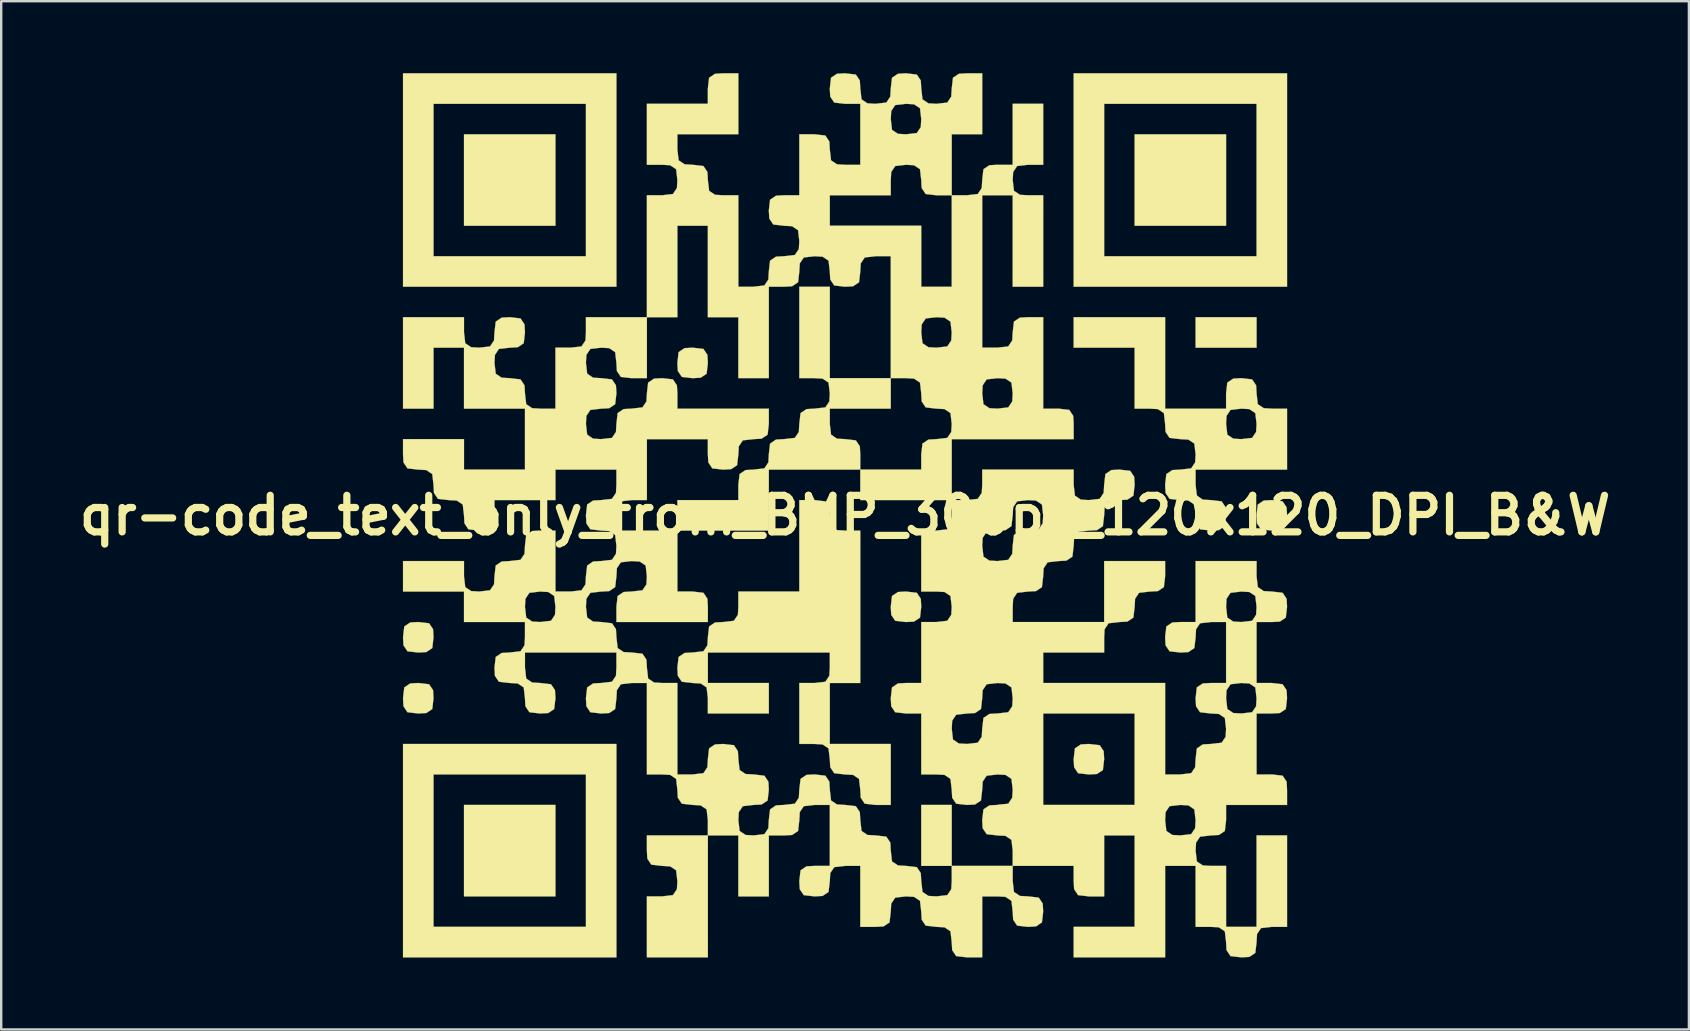
<source format=kicad_pcb>
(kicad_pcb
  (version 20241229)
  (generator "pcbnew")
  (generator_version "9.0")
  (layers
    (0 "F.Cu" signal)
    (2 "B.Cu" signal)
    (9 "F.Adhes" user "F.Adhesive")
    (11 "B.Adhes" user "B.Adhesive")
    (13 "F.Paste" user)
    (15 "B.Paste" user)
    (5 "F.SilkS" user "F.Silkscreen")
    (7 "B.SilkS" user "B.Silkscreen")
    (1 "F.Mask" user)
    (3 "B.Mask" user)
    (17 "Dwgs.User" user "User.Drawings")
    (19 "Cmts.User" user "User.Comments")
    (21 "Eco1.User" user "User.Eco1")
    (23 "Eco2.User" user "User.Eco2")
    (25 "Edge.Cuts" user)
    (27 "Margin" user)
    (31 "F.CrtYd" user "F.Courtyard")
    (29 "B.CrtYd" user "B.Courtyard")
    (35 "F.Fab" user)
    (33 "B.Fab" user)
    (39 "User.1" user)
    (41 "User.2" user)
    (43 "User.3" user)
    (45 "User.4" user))
  (footprint "qr-code_text_only_from_BMP_300px_120x120_DPI_B&W"
    (layer "F.Cu")
    (at 32.156 18.42)
    (property "Reference" "qr-code_text_only_from_BMP_300px_120x120_DPI_B&W" (at 0 0 0) (layer "F.SilkS") (effects (font (size 1.524 1.524) (thickness 0.3))))
    (attr through_hole)
    (fp_poly (pts (xy -12.065 -12.065) (xy -15.875 -12.065) (xy -15.875 -15.875) (xy -12.065 -15.875) (xy -12.065 -12.065)) (stroke (width 0.01) (type solid)) (fill yes) (layer "F.SilkS"))
    (fp_poly (pts (xy -12.065 15.875) (xy -15.875 15.875) (xy -15.875 12.065) (xy -12.065 12.065) (xy -12.065 15.875)) (stroke (width 0.01) (type solid)) (fill yes) (layer "F.SilkS"))
    (fp_poly (pts (xy 4.445 14.605) (xy 3.175 14.605) (xy 3.175 12.065) (xy 4.445 12.065) (xy 4.445 14.605)) (stroke (width 0.01) (type solid)) (fill yes) (layer "F.SilkS"))
    (fp_poly (pts (xy 15.875 -12.065) (xy 12.065 -12.065) (xy 12.065 -15.875) (xy 15.875 -15.875) (xy 15.875 -12.065)) (stroke (width 0.01) (type solid)) (fill yes) (layer "F.SilkS"))
    (fp_poly (pts (xy 17.145 -6.985) (xy 14.605 -6.985) (xy 14.605 -8.255) (xy 17.145 -8.255) (xy 17.145 -6.985)) (stroke (width 0.01) (type solid)) (fill yes) (layer "F.SilkS"))
    (fp_poly (pts (xy -9.525 -9.525) (xy -18.415 -9.525) (xy -18.415 -17.145) (xy -17.145 -17.145) (xy -17.145 -10.795) (xy -10.795 -10.795) (xy -10.795 -17.145) (xy -17.145 -17.145) (xy -18.415 -17.145) (xy -18.415 -18.415) (xy -9.525 -18.415) (xy -9.525 -9.525)) (stroke (width 0.01) (type solid)) (fill yes) (layer "F.SilkS"))
    (fp_poly (pts (xy -9.525 18.415) (xy -18.415 18.415) (xy -18.415 10.795) (xy -17.145 10.795) (xy -17.145 17.145) (xy -10.795 17.145) (xy -10.795 10.795) (xy -17.145 10.795) (xy -18.415 10.795) (xy -18.415 9.525) (xy -9.525 9.525) (xy -9.525 18.415)) (stroke (width 0.01) (type solid)) (fill yes) (layer "F.SilkS"))
    (fp_poly (pts (xy 18.415 -9.525) (xy 9.525 -9.525) (xy 9.525 -17.145) (xy 10.795 -17.145) (xy 10.795 -10.795) (xy 17.145 -10.795) (xy 17.145 -17.145) (xy 10.795 -17.145) (xy 9.525 -17.145) (xy 9.525 -18.415) (xy 18.415 -18.415) (xy 18.415 -9.525)) (stroke (width 0.01) (type solid)) (fill yes) (layer "F.SilkS"))
    (fp_poly (pts (xy -17.33 4.497) (xy -17.164 4.745) (xy -17.145 5.08) (xy -17.197 5.53) (xy -17.445 5.696) (xy -17.78 5.715) (xy -18.23 5.663) (xy -18.396 5.415) (xy -18.415 5.08) (xy -18.363 4.63) (xy -18.115 4.464) (xy -17.78 4.445) (xy -17.33 4.497)) (stroke (width 0.01) (type solid)) (fill yes) (layer "F.SilkS"))
    (fp_poly (pts (xy -17.33 7.037) (xy -17.164 7.285) (xy -17.145 7.62) (xy -17.197 8.07) (xy -17.445 8.236) (xy -17.78 8.255) (xy -18.23 8.203) (xy -18.396 7.955) (xy -18.415 7.62) (xy -18.363 7.17) (xy -18.115 7.004) (xy -17.78 6.985) (xy -17.33 7.037)) (stroke (width 0.01) (type solid)) (fill yes) (layer "F.SilkS"))
    (fp_poly (pts (xy -5.9 -6.933) (xy -5.734 -6.685) (xy -5.715 -6.35) (xy -5.767 -5.9) (xy -6.015 -5.734) (xy -6.35 -5.715) (xy -6.8 -5.767) (xy -6.966 -6.015) (xy -6.985 -6.35) (xy -6.933 -6.8) (xy -6.685 -6.966) (xy -6.35 -6.985) (xy -5.9 -6.933)) (stroke (width 0.01) (type solid)) (fill yes) (layer "F.SilkS"))
    (fp_poly (pts (xy 2.99 3.227) (xy 3.156 3.475) (xy 3.175 3.81) (xy 3.123 4.26) (xy 2.875 4.426) (xy 2.54 4.445) (xy 2.09 4.393) (xy 1.924 4.145) (xy 1.905 3.81) (xy 1.957 3.36) (xy 2.205 3.194) (xy 2.54 3.175) (xy 2.99 3.227)) (stroke (width 0.01) (type solid)) (fill yes) (layer "F.SilkS"))
    (fp_poly (pts (xy 10.61 9.577) (xy 10.776 9.825) (xy 10.795 10.16) (xy 10.743 10.61) (xy 10.495 10.776) (xy 10.16 10.795) (xy 9.71 10.743) (xy 9.544 10.495) (xy 9.525 10.16) (xy 9.577 9.71) (xy 9.825 9.544) (xy 10.16 9.525) (xy 10.61 9.577)) (stroke (width 0.01) (type solid)) (fill yes) (layer "F.SilkS"))
    (fp_poly (pts (xy 18.23 -0.583) (xy 18.396 -0.335) (xy 18.415 0) (xy 18.363 0.45) (xy 18.115 0.616) (xy 17.78 0.635) (xy 17.33 0.583) (xy 17.164 0.335) (xy 17.145 0) (xy 17.197 -0.45) (xy 17.445 -0.616) (xy 17.78 -0.635) (xy 18.23 -0.583)) (stroke (width 0.01) (type solid)) (fill yes) (layer "F.SilkS"))
    (fp_poly (pts (xy -5.715 18.415) (xy -8.255 18.415) (xy -8.255 15.875) (xy -7.62 15.875) (xy -7.17 15.823) (xy -7.004 15.575) (xy -6.985 15.24) (xy -7.037 14.79) (xy -7.285 14.624) (xy -7.62 14.605) (xy -8.07 14.553) (xy -8.236 14.305) (xy -8.255 13.97) (xy -8.255 13.335) (xy -5.715 13.335) (xy -5.715 18.415)) (stroke (width 0.01) (type solid)) (fill yes) (layer "F.SilkS"))
    (fp_poly (pts (xy -0.635 -5.715) (xy 1.905 -5.715) (xy 1.905 -4.445) (xy -0.635 -4.445) (xy -0.635 -3.81) (xy -0.583 -3.36) (xy -0.335 -3.194) (xy 0 -3.175) (xy 0.45 -3.123) (xy 0.616 -2.875) (xy 0.635 -2.54) (xy 0.635 -1.905) (xy -3.175 -1.905) (xy -3.175 0.635) (xy -6.985 0.635) (xy -6.985 -0.635) (xy -4.445 -0.635) (xy -4.445 -1.27) (xy -4.393 -1.72) (xy -4.145 -1.886) (xy -3.81 -1.905) (xy -3.36 -1.957) (xy -3.194 -2.205) (xy -3.175 -2.54) (xy -3.123 -2.99) (xy -2.875 -3.156) (xy -2.54 -3.175) (xy -2.09 -3.227) (xy -1.924 -3.475) (xy -1.905 -3.81) (xy -1.853 -4.26) (xy -1.605 -4.426) (xy -1.27 -4.445) (xy -0.82 -4.497) (xy -0.654 -4.745) (xy -0.635 -5.08) (xy -0.687 -5.53) (xy -0.935 -5.696) (xy -1.27 -5.715) (xy -1.905 -5.715) (xy -1.905 -9.525) (xy -0.635 -9.525) (xy -0.635 -5.715)) (stroke (width 0.01) (type solid)) (fill yes) (layer "F.SilkS"))
    (fp_poly (pts (xy -0.82 -0.583) (xy -0.654 -0.335) (xy -0.635 0) (xy -0.583 0.45) (xy -0.335 0.616) (xy 0 0.635) (xy 0.635 0.635) (xy 0.635 6.985) (xy -0.635 6.985) (xy -0.635 9.525) (xy 1.905 9.525) (xy 1.905 12.065) (xy 1.27 12.065) (xy 0.82 12.013) (xy 0.654 11.765) (xy 0.635 11.43) (xy 0.583 10.98) (xy 0.335 10.814) (xy 0 10.795) (xy -0.45 10.743) (xy -0.616 10.495) (xy -0.635 10.16) (xy -0.687 9.71) (xy -0.935 9.544) (xy -1.27 9.525) (xy -1.905 9.525) (xy -1.905 6.985) (xy -1.27 6.985) (xy -0.82 6.933) (xy -0.654 6.685) (xy -0.635 6.35) (xy -0.635 5.715) (xy -5.715 5.715) (xy -5.715 6.985) (xy -3.175 6.985) (xy -3.175 8.255) (xy -5.715 8.255) (xy -5.715 7.62) (xy -5.767 7.17) (xy -6.015 7.004) (xy -6.35 6.985) (xy -6.8 6.933) (xy -6.966 6.685) (xy -6.985 6.35) (xy -6.933 5.9) (xy -6.685 5.734) (xy -6.35 5.715) (xy -5.9 5.663) (xy -5.734 5.415) (xy -5.715 5.08) (xy -5.663 4.63) (xy -5.415 4.464) (xy -5.08 4.445) (xy -4.63 4.393) (xy -4.464 4.145) (xy -4.445 3.81) (xy -4.445 3.175) (xy -1.905 3.175) (xy -1.905 -0.635) (xy -1.27 -0.635) (xy -0.82 -0.583)) (stroke (width 0.01) (type solid)) (fill yes) (layer "F.SilkS"))
    (fp_poly (pts (xy 13.335 -4.445) (xy 15.875 -4.445) (xy 15.875 -5.08) (xy 15.927 -5.53) (xy 16.175 -5.696) (xy 16.51 -5.715) (xy 16.96 -5.663) (xy 17.126 -5.415) (xy 17.145 -5.08) (xy 17.197 -4.63) (xy 17.445 -4.464) (xy 17.78 -4.445) (xy 18.415 -4.445) (xy 18.415 -1.905) (xy 14.605 -1.905) (xy 14.605 -1.27) (xy 14.657 -0.82) (xy 14.905 -0.654) (xy 15.24 -0.635) (xy 15.69 -0.583) (xy 15.856 -0.335) (xy 15.875 0) (xy 15.823 0.45) (xy 15.575 0.616) (xy 15.24 0.635) (xy 14.79 0.583) (xy 14.624 0.335) (xy 14.605 0) (xy 14.553 -0.45) (xy 14.305 -0.616) (xy 13.97 -0.635) (xy 13.52 -0.687) (xy 13.354 -0.935) (xy 13.335 -1.27) (xy 13.387 -1.72) (xy 13.635 -1.886) (xy 13.97 -1.905) (xy 14.42 -1.957) (xy 14.586 -2.205) (xy 14.605 -2.54) (xy 14.553 -2.99) (xy 14.305 -3.156) (xy 13.97 -3.175) (xy 13.52 -3.227) (xy 13.354 -3.475) (xy 13.335 -3.81) (xy 15.875 -3.81) (xy 15.927 -3.36) (xy 16.175 -3.194) (xy 16.51 -3.175) (xy 16.96 -3.227) (xy 17.126 -3.475) (xy 17.145 -3.81) (xy 17.093 -4.26) (xy 16.845 -4.426) (xy 16.51 -4.445) (xy 16.06 -4.393) (xy 15.894 -4.145) (xy 15.875 -3.81) (xy 13.335 -3.81) (xy 13.283 -4.26) (xy 13.035 -4.426) (xy 12.7 -4.445) (xy 12.065 -4.445) (xy 12.065 -6.985) (xy 9.525 -6.985) (xy 9.525 -8.255) (xy 13.335 -8.255) (xy 13.335 -4.445)) (stroke (width 0.01) (type solid)) (fill yes) (layer "F.SilkS"))
    (fp_poly (pts (xy -5.715 12.7) (xy -5.767 12.25) (xy -6.015 12.084) (xy -6.35 12.065) (xy -6.8 12.013) (xy -6.966 11.765) (xy -6.985 11.43) (xy -7.037 10.98) (xy -7.285 10.814) (xy -7.62 10.795) (xy -8.255 10.795) (xy -8.255 6.985) (xy -8.89 6.985) (xy -9.34 7.037) (xy -9.506 7.285) (xy -9.525 7.62) (xy -9.577 8.07) (xy -9.825 8.236) (xy -10.16 8.255) (xy -10.61 8.203) (xy -10.776 7.955) (xy -10.795 7.62) (xy -10.743 7.17) (xy -10.495 7.004) (xy -10.16 6.985) (xy -9.71 6.933) (xy -9.544 6.685) (xy -9.525 6.35) (xy -9.525 5.715) (xy -13.335 5.715) (xy -13.335 6.35) (xy -13.283 6.8) (xy -13.035 6.966) (xy -12.7 6.985) (xy -12.25 7.037) (xy -12.084 7.285) (xy -12.065 7.62) (xy -12.117 8.07) (xy -12.365 8.236) (xy -12.7 8.255) (xy -13.15 8.203) (xy -13.316 7.955) (xy -13.335 7.62) (xy -13.387 7.17) (xy -13.635 7.004) (xy -13.97 6.985) (xy -14.42 6.933) (xy -14.586 6.685) (xy -14.605 6.35) (xy -14.553 5.9) (xy -14.305 5.734) (xy -13.97 5.715) (xy -13.52 5.663) (xy -13.354 5.415) (xy -13.335 5.08) (xy -13.335 4.445) (xy -15.875 4.445) (xy -15.875 3.81) (xy -13.335 3.81) (xy -13.283 4.26) (xy -13.035 4.426) (xy -12.7 4.445) (xy -12.25 4.393) (xy -12.084 4.145) (xy -12.065 3.81) (xy -12.117 3.36) (xy -12.365 3.194) (xy -12.7 3.175) (xy -13.15 3.227) (xy -13.316 3.475) (xy -13.335 3.81) (xy -15.875 3.81) (xy -15.875 3.175) (xy -18.415 3.175) (xy -18.415 1.905) (xy -15.875 1.905) (xy -15.875 2.54) (xy -15.823 2.99) (xy -15.575 3.156) (xy -15.24 3.175) (xy -14.79 3.123) (xy -14.624 2.875) (xy -14.605 2.54) (xy -14.553 2.09) (xy -14.305 1.924) (xy -13.97 1.905) (xy -13.52 1.853) (xy -13.354 1.605) (xy -13.335 1.27) (xy -13.283 0.82) (xy -13.035 0.654) (xy -12.7 0.635) (xy -12.065 0.635) (xy -12.065 3.175) (xy -11.43 3.175) (xy -10.98 3.123) (xy -10.814 2.875) (xy -10.795 2.54) (xy -10.743 2.09) (xy -10.495 1.924) (xy -10.16 1.905) (xy -9.71 1.853) (xy -9.544 1.605) (xy -9.525 1.27) (xy -9.577 0.82) (xy -9.825 0.654) (xy -10.16 0.635) (xy -10.61 0.583) (xy -10.776 0.335) (xy -10.795 0) (xy -10.743 -0.45) (xy -10.495 -0.616) (xy -10.16 -0.635) (xy -9.71 -0.687) (xy -9.544 -0.935) (xy -9.525 -1.27) (xy -9.525 -1.905) (xy -12.065 -1.905) (xy -12.065 -0.635) (xy -14.605 -0.635) (xy -14.605 0) (xy -14.657 0.45) (xy -14.905 0.616) (xy -15.24 0.635) (xy -15.69 0.583) (xy -15.856 0.335) (xy -15.875 0) (xy -15.927 -0.45) (xy -16.175 -0.616) (xy -16.51 -0.635) (xy -16.96 -0.687) (xy -17.126 -0.935) (xy -17.145 -1.27) (xy -17.197 -1.72) (xy -17.445 -1.886) (xy -17.78 -1.905) (xy -18.23 -1.957) (xy -18.396 -2.205) (xy -18.415 -2.54) (xy -18.415 -3.175) (xy -15.875 -3.175) (xy -15.875 -1.905) (xy -13.335 -1.905) (xy -13.335 -4.445) (xy -15.875 -4.445) (xy -15.875 -6.985) (xy -17.145 -6.985) (xy -17.145 -4.445) (xy -18.415 -4.445) (xy -18.415 -8.255) (xy -15.875 -8.255) (xy -15.875 -7.62) (xy -15.823 -7.17) (xy -15.575 -7.004) (xy -15.24 -6.985) (xy -14.79 -7.037) (xy -14.624 -7.285) (xy -14.605 -7.62) (xy -14.553 -8.07) (xy -14.305 -8.236) (xy -13.97 -8.255) (xy -13.52 -8.203) (xy -13.354 -7.955) (xy -13.335 -7.62) (xy -13.387 -7.17) (xy -13.635 -7.004) (xy -13.97 -6.985) (xy -14.42 -6.933) (xy -14.586 -6.685) (xy -14.605 -6.35) (xy -14.553 -5.9) (xy -14.305 -5.734) (xy -13.97 -5.715) (xy -13.52 -5.663) (xy -13.354 -5.415) (xy -13.335 -5.08) (xy -13.283 -4.63) (xy -13.035 -4.464) (xy -12.7 -4.445) (xy -12.065 -4.445) (xy -12.065 -6.35) (xy -10.795 -6.35) (xy -10.743 -5.9) (xy -10.495 -5.734) (xy -10.16 -5.715) (xy -9.71 -5.663) (xy -9.544 -5.415) (xy -9.525 -5.08) (xy -9.577 -4.63) (xy -9.825 -4.464) (xy -10.16 -4.445) (xy -10.61 -4.393) (xy -10.776 -4.145) (xy -10.795 -3.81) (xy -10.743 -3.36) (xy -10.495 -3.194) (xy -10.16 -3.175) (xy -9.71 -3.227) (xy -9.544 -3.475) (xy -9.525 -3.81) (xy -9.473 -4.26) (xy -9.225 -4.426) (xy -8.89 -4.445) (xy -8.44 -4.497) (xy -8.274 -4.745) (xy -8.255 -5.08) (xy -8.203 -5.53) (xy -7.955 -5.696) (xy -7.62 -5.715) (xy -7.17 -5.663) (xy -7.004 -5.415) (xy -6.985 -5.08) (xy -6.985 -4.445) (xy -3.175 -4.445) (xy -3.175 -3.81) (xy -3.227 -3.36) (xy -3.475 -3.194) (xy -3.81 -3.175) (xy -4.26 -3.123) (xy -4.426 -2.875) (xy -4.445 -2.54) (xy -4.497 -2.09) (xy -4.745 -1.924) (xy -5.08 -1.905) (xy -5.53 -1.957) (xy -5.696 -2.205) (xy -5.715 -2.54) (xy -5.715 -3.175) (xy -8.255 -3.175) (xy -8.255 -0.635) (xy -8.89 -0.635) (xy -9.34 -0.583) (xy -9.506 -0.335) (xy -9.525 0) (xy -9.525 0.635) (xy -6.985 0.635) (xy -6.985 3.175) (xy -6.35 3.175) (xy -5.9 3.227) (xy -5.734 3.475) (xy -5.715 3.81) (xy -5.715 4.445) (xy -9.525 4.445) (xy -9.525 3.81) (xy -9.473 3.36) (xy -9.225 3.194) (xy -8.89 3.175) (xy -8.44 3.123) (xy -8.274 2.875) (xy -8.255 2.54) (xy -8.307 2.09) (xy -8.555 1.924) (xy -8.89 1.905) (xy -9.34 1.957) (xy -9.506 2.205) (xy -9.525 2.54) (xy -9.577 2.99) (xy -9.825 3.156) (xy -10.16 3.175) (xy -10.61 3.227) (xy -10.776 3.475) (xy -10.795 3.81) (xy -10.743 4.26) (xy -10.495 4.426) (xy -10.16 4.445) (xy -9.71 4.497) (xy -9.544 4.745) (xy -9.525 5.08) (xy -9.473 5.53) (xy -9.225 5.696) (xy -8.89 5.715) (xy -8.44 5.767) (xy -8.274 6.015) (xy -8.255 6.35) (xy -8.203 6.8) (xy -7.955 6.966) (xy -7.62 6.985) (xy -6.985 6.985) (xy -6.985 10.795) (xy -6.35 10.795) (xy -5.9 10.743) (xy -5.734 10.495) (xy -5.715 10.16) (xy -5.663 9.71) (xy -5.415 9.544) (xy -5.08 9.525) (xy -4.63 9.577) (xy -4.464 9.825) (xy -4.445 10.16) (xy -4.393 10.61) (xy -4.145 10.776) (xy -3.81 10.795) (xy -3.36 10.847) (xy -3.194 11.095) (xy -3.175 11.43) (xy -3.227 11.88) (xy -3.475 12.046) (xy -3.81 12.065) (xy -4.26 12.117) (xy -4.426 12.365) (xy -4.445 12.7) (xy -4.393 13.15) (xy -4.145 13.316) (xy -3.81 13.335) (xy -3.36 13.283) (xy -3.194 13.035) (xy -3.175 12.7) (xy -3.123 12.25) (xy -2.875 12.084) (xy -2.54 12.065) (xy -2.09 12.013) (xy -1.924 11.765) (xy -1.905 11.43) (xy -1.853 10.98) (xy -1.605 10.814) (xy -1.27 10.795) (xy -0.82 10.847) (xy -0.654 11.095) (xy -0.635 11.43) (xy -0.583 11.88) (xy -0.335 12.046) (xy 0 12.065) (xy 0.45 12.117) (xy 0.616 12.365) (xy 0.635 12.7) (xy 0.687 13.15) (xy 0.935 13.316) (xy 1.27 13.335) (xy 1.72 13.387) (xy 1.886 13.635) (xy 1.905 13.97) (xy 1.957 14.42) (xy 2.205 14.586) (xy 2.54 14.605) (xy 2.99 14.657) (xy 3.156 14.905) (xy 3.175 15.24) (xy 3.227 15.69) (xy 3.475 15.856) (xy 3.81 15.875) (xy 4.26 15.823) (xy 4.426 15.575) (xy 4.445 15.24) (xy 4.445 14.605) (xy 6.985 14.605) (xy 6.985 13.97) (xy 6.933 13.52) (xy 6.685 13.354) (xy 6.35 13.335) (xy 5.9 13.283) (xy 5.734 13.035) (xy 5.715 12.7) (xy 13.335 12.7) (xy 13.387 13.15) (xy 13.635 13.316) (xy 13.97 13.335) (xy 14.42 13.283) (xy 14.586 13.035) (xy 14.605 12.7) (xy 14.553 12.25) (xy 14.305 12.084) (xy 13.97 12.065) (xy 13.52 12.117) (xy 13.354 12.365) (xy 13.335 12.7) (xy 5.715 12.7) (xy 5.767 12.25) (xy 6.015 12.084) (xy 6.35 12.065) (xy 6.8 12.013) (xy 6.966 11.765) (xy 6.985 11.43) (xy 6.933 10.98) (xy 6.685 10.814) (xy 6.35 10.795) (xy 5.9 10.847) (xy 5.734 11.095) (xy 5.715 11.43) (xy 5.663 11.88) (xy 5.415 12.046) (xy 5.08 12.065) (xy 4.63 12.013) (xy 4.464 11.765) (xy 4.445 11.43) (xy 4.393 10.98) (xy 4.145 10.814) (xy 3.81 10.795) (xy 3.175 10.795) (xy 3.175 8.89) (xy 4.445 8.89) (xy 4.497 9.34) (xy 4.745 9.506) (xy 5.08 9.525) (xy 5.53 9.473) (xy 5.696 9.225) (xy 5.715 8.89) (xy 5.767 8.44) (xy 6.015 8.274) (xy 6.35 8.255) (xy 8.255 8.255) (xy 8.255 12.065) (xy 12.065 12.065) (xy 12.065 8.255) (xy 8.255 8.255) (xy 6.35 8.255) (xy 6.8 8.203) (xy 6.966 7.955) (xy 6.985 7.62) (xy 6.933 7.17) (xy 6.685 7.004) (xy 6.35 6.985) (xy 5.9 7.037) (xy 5.734 7.285) (xy 5.715 7.62) (xy 5.663 8.07) (xy 5.415 8.236) (xy 5.08 8.255) (xy 4.63 8.307) (xy 4.464 8.555) (xy 4.445 8.89) (xy 3.175 8.89) (xy 3.175 8.255) (xy 2.54 8.255) (xy 2.09 8.203) (xy 1.924 7.955) (xy 1.905 7.62) (xy 1.957 7.17) (xy 2.205 7.004) (xy 2.54 6.985) (xy 3.175 6.985) (xy 3.175 4.445) (xy 3.81 4.445) (xy 4.26 4.393) (xy 4.426 4.145) (xy 4.445 3.81) (xy 4.393 3.36) (xy 4.145 3.194) (xy 3.81 3.175) (xy 3.175 3.175) (xy 3.175 1.27) (xy 5.715 1.27) (xy 5.767 1.72) (xy 6.015 1.886) (xy 6.35 1.905) (xy 6.8 1.853) (xy 6.966 1.605) (xy 6.985 1.27) (xy 7.037 0.82) (xy 7.285 0.654) (xy 7.62 0.635) (xy 8.07 0.583) (xy 8.236 0.335) (xy 8.255 0) (xy 8.203 -0.45) (xy 7.955 -0.616) (xy 7.62 -0.635) (xy 7.17 -0.583) (xy 7.004 -0.335) (xy 6.985 0) (xy 6.933 0.45) (xy 6.685 0.616) (xy 6.35 0.635) (xy 5.9 0.687) (xy 5.734 0.935) (xy 5.715 1.27) (xy 3.175 1.27) (xy 3.175 0.635) (xy 3.81 0.635) (xy 4.26 0.583) (xy 4.426 0.335) (xy 4.445 0) (xy 4.445 -0.635) (xy 0.635 -0.635) (xy 0.635 -1.905) (xy 3.175 -1.905) (xy 3.175 -2.54) (xy 3.227 -2.99) (xy 3.475 -3.156) (xy 3.81 -3.175) (xy 4.26 -3.227) (xy 4.426 -3.475) (xy 4.445 -3.81) (xy 4.393 -4.26) (xy 4.145 -4.426) (xy 3.81 -4.445) (xy 3.36 -4.497) (xy 3.194 -4.745) (xy 3.175 -5.08) (xy 5.715 -5.08) (xy 5.767 -4.63) (xy 6.015 -4.464) (xy 6.35 -4.445) (xy 6.8 -4.497) (xy 6.966 -4.745) (xy 6.985 -5.08) (xy 6.933 -5.53) (xy 6.685 -5.696) (xy 6.35 -5.715) (xy 5.9 -5.663) (xy 5.734 -5.415) (xy 5.715 -5.08) (xy 3.175 -5.08) (xy 3.123 -5.53) (xy 2.875 -5.696) (xy 2.54 -5.715) (xy 1.905 -5.715) (xy 1.905 -7.62) (xy 3.175 -7.62) (xy 3.227 -7.17) (xy 3.475 -7.004) (xy 3.81 -6.985) (xy 4.26 -7.037) (xy 4.426 -7.285) (xy 4.445 -7.62) (xy 4.393 -8.07) (xy 4.145 -8.236) (xy 3.81 -8.255) (xy 3.36 -8.203) (xy 3.194 -7.955) (xy 3.175 -7.62) (xy 1.905 -7.62) (xy 1.905 -10.795) (xy 1.27 -10.795) (xy 0.82 -10.743) (xy 0.654 -10.495) (xy 0.635 -10.16) (xy 0.583 -9.71) (xy 0.335 -9.544) (xy 0 -9.525) (xy -0.45 -9.577) (xy -0.616 -9.825) (xy -0.635 -10.16) (xy -0.687 -10.61) (xy -0.935 -10.776) (xy -1.27 -10.795) (xy -1.72 -10.743) (xy -1.886 -10.495) (xy -1.905 -10.16) (xy -1.957 -9.71) (xy -2.205 -9.544) (xy -2.54 -9.525) (xy -3.175 -9.525) (xy -3.175 -5.715) (xy -4.445 -5.715) (xy -4.445 -8.255) (xy -5.715 -8.255) (xy -5.715 -12.065) (xy -6.985 -12.065) (xy -6.985 -8.255) (xy -8.255 -8.255) (xy -8.255 -5.715) (xy -8.89 -5.715) (xy -9.34 -5.767) (xy -9.506 -6.015) (xy -9.525 -6.35) (xy -9.577 -6.8) (xy -9.825 -6.966) (xy -10.16 -6.985) (xy -10.61 -6.933) (xy -10.776 -6.685) (xy -10.795 -6.35) (xy -12.065 -6.35) (xy -12.065 -6.985) (xy -11.43 -6.985) (xy -10.98 -7.037) (xy -10.814 -7.285) (xy -10.795 -7.62) (xy -10.795 -8.255) (xy -8.255 -8.255) (xy -8.255 -13.335) (xy -7.62 -13.335) (xy -7.17 -13.387) (xy -7.004 -13.635) (xy -6.985 -13.97) (xy -7.037 -14.42) (xy -7.285 -14.586) (xy -7.62 -14.605) (xy -8.255 -14.605) (xy -8.255 -17.145) (xy -5.715 -17.145) (xy -5.715 -17.78) (xy -5.663 -18.23) (xy -5.415 -18.396) (xy -5.08 -18.415) (xy -4.445 -18.415) (xy -4.445 -15.875) (xy -6.985 -15.875) (xy -6.985 -15.24) (xy -6.933 -14.79) (xy -6.685 -14.624) (xy -6.35 -14.605) (xy -5.9 -14.553) (xy -5.734 -14.305) (xy -5.715 -13.97) (xy -5.663 -13.52) (xy -5.415 -13.354) (xy -5.08 -13.335) (xy -4.445 -13.335) (xy -4.445 -9.525) (xy -3.81 -9.525) (xy -3.36 -9.577) (xy -3.194 -9.825) (xy -3.175 -10.16) (xy -3.123 -10.61) (xy -2.875 -10.776) (xy -2.54 -10.795) (xy -2.09 -10.847) (xy -1.924 -11.095) (xy -1.905 -11.43) (xy -1.957 -11.88) (xy -2.205 -12.046) (xy -2.54 -12.065) (xy -2.99 -12.117) (xy -3.156 -12.365) (xy -3.175 -12.7) (xy -3.123 -13.15) (xy -2.875 -13.316) (xy -2.54 -13.335) (xy -1.905 -13.335) (xy -0.635 -13.335) (xy -0.635 -12.065) (xy 3.175 -12.065) (xy 3.175 -9.525) (xy 4.445 -9.525) (xy 4.445 -13.335) (xy 3.81 -13.335) (xy 3.36 -13.387) (xy 3.194 -13.635) (xy 3.175 -13.97) (xy 3.123 -14.42) (xy 2.875 -14.586) (xy 2.54 -14.605) (xy 2.09 -14.553) (xy 1.924 -14.305) (xy 1.905 -13.97) (xy 1.905 -13.335) (xy -0.635 -13.335) (xy -1.905 -13.335) (xy -1.905 -15.875) (xy -1.27 -15.875) (xy -0.82 -15.823) (xy -0.654 -15.575) (xy -0.635 -15.24) (xy -0.583 -14.79) (xy -0.335 -14.624) (xy 0 -14.605) (xy 0.635 -14.605) (xy 0.635 -16.51) (xy 1.905 -16.51) (xy 1.957 -16.06) (xy 2.205 -15.894) (xy 2.54 -15.875) (xy 2.99 -15.927) (xy 3.156 -16.175) (xy 3.175 -16.51) (xy 3.123 -16.96) (xy 2.875 -17.126) (xy 2.54 -17.145) (xy 2.09 -17.093) (xy 1.924 -16.845) (xy 1.905 -16.51) (xy 0.635 -16.51) (xy 0.635 -17.145) (xy 0 -17.145) (xy -0.45 -17.197) (xy -0.616 -17.445) (xy -0.635 -17.78) (xy -0.583 -18.23) (xy -0.335 -18.396) (xy 0 -18.415) (xy 0.45 -18.363) (xy 0.616 -18.115) (xy 0.635 -17.78) (xy 0.687 -17.33) (xy 0.935 -17.164) (xy 1.27 -17.145) (xy 1.72 -17.197) (xy 1.886 -17.445) (xy 1.905 -17.78) (xy 1.957 -18.23) (xy 2.205 -18.396) (xy 2.54 -18.415) (xy 2.99 -18.363) (xy 3.156 -18.115) (xy 3.175 -17.78) (xy 3.227 -17.33) (xy 3.475 -17.164) (xy 3.81 -17.145) (xy 4.26 -17.197) (xy 4.426 -17.445) (xy 4.445 -17.78) (xy 4.497 -18.23) (xy 4.745 -18.396) (xy 5.08 -18.415) (xy 5.715 -18.415) (xy 5.715 -15.875) (xy 4.445 -15.875) (xy 4.445 -13.335) (xy 5.08 -13.335) (xy 5.53 -13.387) (xy 5.696 -13.635) (xy 5.715 -13.97) (xy 5.767 -14.42) (xy 6.015 -14.586) (xy 6.35 -14.605) (xy 6.985 -14.605) (xy 6.985 -17.145) (xy 8.255 -17.145) (xy 8.255 -14.605) (xy 7.62 -14.605) (xy 7.17 -14.553) (xy 7.004 -14.305) (xy 6.985 -13.97) (xy 7.037 -13.52) (xy 7.285 -13.354) (xy 7.62 -13.335) (xy 8.255 -13.335) (xy 8.255 -9.525) (xy 6.985 -9.525) (xy 6.985 -13.335) (xy 5.715 -13.335) (xy 5.715 -6.985) (xy 6.35 -6.985) (xy 6.8 -7.037) (xy 6.966 -7.285) (xy 6.985 -7.62) (xy 7.037 -8.07) (xy 7.285 -8.236) (xy 7.62 -8.255) (xy 8.255 -8.255) (xy 8.255 -4.445) (xy 8.89 -4.445) (xy 9.34 -4.393) (xy 9.506 -4.145) (xy 9.525 -3.81) (xy 9.525 -3.175) (xy 4.445 -3.175) (xy 4.445 -0.635) (xy 5.08 -0.635) (xy 5.53 -0.687) (xy 5.696 -0.935) (xy 5.715 -1.27) (xy 5.715 -1.905) (xy 9.525 -1.905) (xy 9.525 -1.27) (xy 9.577 -0.82) (xy 9.825 -0.654) (xy 10.16 -0.635) (xy 10.61 -0.687) (xy 10.776 -0.935) (xy 10.795 -1.27) (xy 10.847 -1.72) (xy 11.095 -1.886) (xy 11.43 -1.905) (xy 11.88 -1.853) (xy 12.046 -1.605) (xy 12.065 -1.27) (xy 12.013 -0.82) (xy 11.765 -0.654) (xy 11.43 -0.635) (xy 10.98 -0.583) (xy 10.814 -0.335) (xy 10.795 0) (xy 10.743 0.45) (xy 10.495 0.616) (xy 10.16 0.635) (xy 9.71 0.687) (xy 9.544 0.935) (xy 9.525 1.27) (xy 9.473 1.72) (xy 9.225 1.886) (xy 8.89 1.905) (xy 8.44 1.957) (xy 8.274 2.205) (xy 8.255 2.54) (xy 8.203 2.99) (xy 7.955 3.156) (xy 7.62 3.175) (xy 7.17 3.227) (xy 7.004 3.475) (xy 6.985 3.81) (xy 6.985 4.445) (xy 10.795 4.445) (xy 10.795 1.905) (xy 13.335 1.905) (xy 13.335 2.54) (xy 13.283 2.99) (xy 13.035 3.156) (xy 12.7 3.175) (xy 12.25 3.227) (xy 12.084 3.475) (xy 12.065 3.81) (xy 12.013 4.26) (xy 11.765 4.426) (xy 11.43 4.445) (xy 10.98 4.497) (xy 10.814 4.745) (xy 10.795 5.08) (xy 10.795 5.715) (xy 8.255 5.715) (xy 8.255 6.985) (xy 13.335 6.985) (xy 13.335 10.795) (xy 13.97 10.795) (xy 14.42 10.743) (xy 14.586 10.495) (xy 14.605 10.16) (xy 14.657 9.71) (xy 14.905 9.544) (xy 15.24 9.525) (xy 15.69 9.473) (xy 15.856 9.225) (xy 15.875 8.89) (xy 15.823 8.44) (xy 15.575 8.274) (xy 15.24 8.255) (xy 14.79 8.203) (xy 14.624 7.955) (xy 14.605 7.62) (xy 15.875 7.62) (xy 15.927 8.07) (xy 16.175 8.236) (xy 16.51 8.255) (xy 16.96 8.203) (xy 17.126 7.955) (xy 17.145 7.62) (xy 17.093 7.17) (xy 16.845 7.004) (xy 16.51 6.985) (xy 16.06 7.037) (xy 15.894 7.285) (xy 15.875 7.62) (xy 14.605 7.62) (xy 14.657 7.17) (xy 14.905 7.004) (xy 15.24 6.985) (xy 15.875 6.985) (xy 15.875 4.445) (xy 15.24 4.445) (xy 14.79 4.497) (xy 14.624 4.745) (xy 14.605 5.08) (xy 14.553 5.53) (xy 14.305 5.696) (xy 13.97 5.715) (xy 13.52 5.663) (xy 13.354 5.415) (xy 13.335 5.08) (xy 13.387 4.63) (xy 13.635 4.464) (xy 13.97 4.445) (xy 14.605 4.445) (xy 14.605 3.81) (xy 15.875 3.81) (xy 15.927 4.26) (xy 16.175 4.426) (xy 16.51 4.445) (xy 16.96 4.393) (xy 17.126 4.145) (xy 17.145 3.81) (xy 17.093 3.36) (xy 16.845 3.194) (xy 16.51 3.175) (xy 16.06 3.227) (xy 15.894 3.475) (xy 15.875 3.81) (xy 14.605 3.81) (xy 14.605 1.905) (xy 17.145 1.905) (xy 17.145 2.54) (xy 17.197 2.99) (xy 17.445 3.156) (xy 17.78 3.175) (xy 18.23 3.227) (xy 18.396 3.475) (xy 18.415 3.81) (xy 18.363 4.26) (xy 18.115 4.426) (xy 17.78 4.445) (xy 17.145 4.445) (xy 17.145 6.985) (xy 17.78 6.985) (xy 18.23 7.037) (xy 18.396 7.285) (xy 18.415 7.62) (xy 18.363 8.07) (xy 18.115 8.236) (xy 17.78 8.255) (xy 17.145 8.255) (xy 17.145 10.795) (xy 17.78 10.795) (xy 18.23 10.847) (xy 18.396 11.095) (xy 18.415 11.43) (xy 18.415 12.065) (xy 15.875 12.065) (xy 15.875 12.7) (xy 15.823 13.15) (xy 15.575 13.316) (xy 15.24 13.335) (xy 14.79 13.387) (xy 14.624 13.635) (xy 14.605 13.97) (xy 14.657 14.42) (xy 14.905 14.586) (xy 15.24 14.605) (xy 15.875 14.605) (xy 15.875 17.145) (xy 17.145 17.145) (xy 17.145 13.335) (xy 18.415 13.335) (xy 18.415 17.145) (xy 17.78 17.145) (xy 17.33 17.197) (xy 17.164 17.445) (xy 17.145 17.78) (xy 17.093 18.23) (xy 16.845 18.396) (xy 16.51 18.415) (xy 16.06 18.363) (xy 15.894 18.115) (xy 15.875 17.78) (xy 15.823 17.33) (xy 15.575 17.164) (xy 15.24 17.145) (xy 14.605 17.145) (xy 14.605 14.605) (xy 13.335 14.605) (xy 13.335 18.415) (xy 9.525 18.415) (xy 9.525 17.145) (xy 12.065 17.145) (xy 12.065 13.335) (xy 10.795 13.335) (xy 10.795 15.875) (xy 10.16 15.875) (xy 9.71 15.823) (xy 9.544 15.575) (xy 9.525 15.24) (xy 9.525 14.605) (xy 6.985 14.605) (xy 6.985 15.24) (xy 7.037 15.69) (xy 7.285 15.856) (xy 7.62 15.875) (xy 8.07 15.927) (xy 8.236 16.175) (xy 8.255 16.51) (xy 8.203 16.96) (xy 7.955 17.126) (xy 7.62 17.145) (xy 7.17 17.093) (xy 7.004 16.845) (xy 6.985 16.51) (xy 6.933 16.06) (xy 6.685 15.894) (xy 6.35 15.875) (xy 5.715 15.875) (xy 5.715 18.415) (xy 5.08 18.415) (xy 4.63 18.363) (xy 4.464 18.115) (xy 4.445 17.78) (xy 4.393 17.33) (xy 4.145 17.164) (xy 3.81 17.145) (xy 3.36 17.093) (xy 3.194 16.845) (xy 3.175 16.51) (xy 3.123 16.06) (xy 2.875 15.894) (xy 2.54 15.875) (xy 2.09 15.927) (xy 1.924 16.175) (xy 1.905 16.51) (xy 1.853 16.96) (xy 1.605 17.126) (xy 1.27 17.145) (xy 0.635 17.145) (xy 0.635 14.605) (xy 0 14.605) (xy -0.45 14.657) (xy -0.616 14.905) (xy -0.635 15.24) (xy -0.687 15.69) (xy -0.935 15.856) (xy -1.27 15.875) (xy -1.72 15.823) (xy -1.886 15.575) (xy -1.905 15.24) (xy -1.853 14.79) (xy -1.605 14.624) (xy -1.27 14.605) (xy -0.635 14.605) (xy -0.635 12.065) (xy -1.27 12.065) (xy -1.72 12.117) (xy -1.886 12.365) (xy -1.905 12.7) (xy -1.957 13.15) (xy -2.205 13.316) (xy -2.54 13.335) (xy -3.175 13.335) (xy -3.175 15.875) (xy -4.445 15.875) (xy -4.445 13.335) (xy -5.715 13.335) (xy -5.715 12.7)) (stroke (width 0.01) (type solid)) (fill yes) (layer "F.SilkS")))
  (gr_rect
    (start -3 -3)
    (end 67.313 39.84)
    (stroke (width 0.1) (type default))
    (fill no)
    (layer "Edge.Cuts")))
</source>
